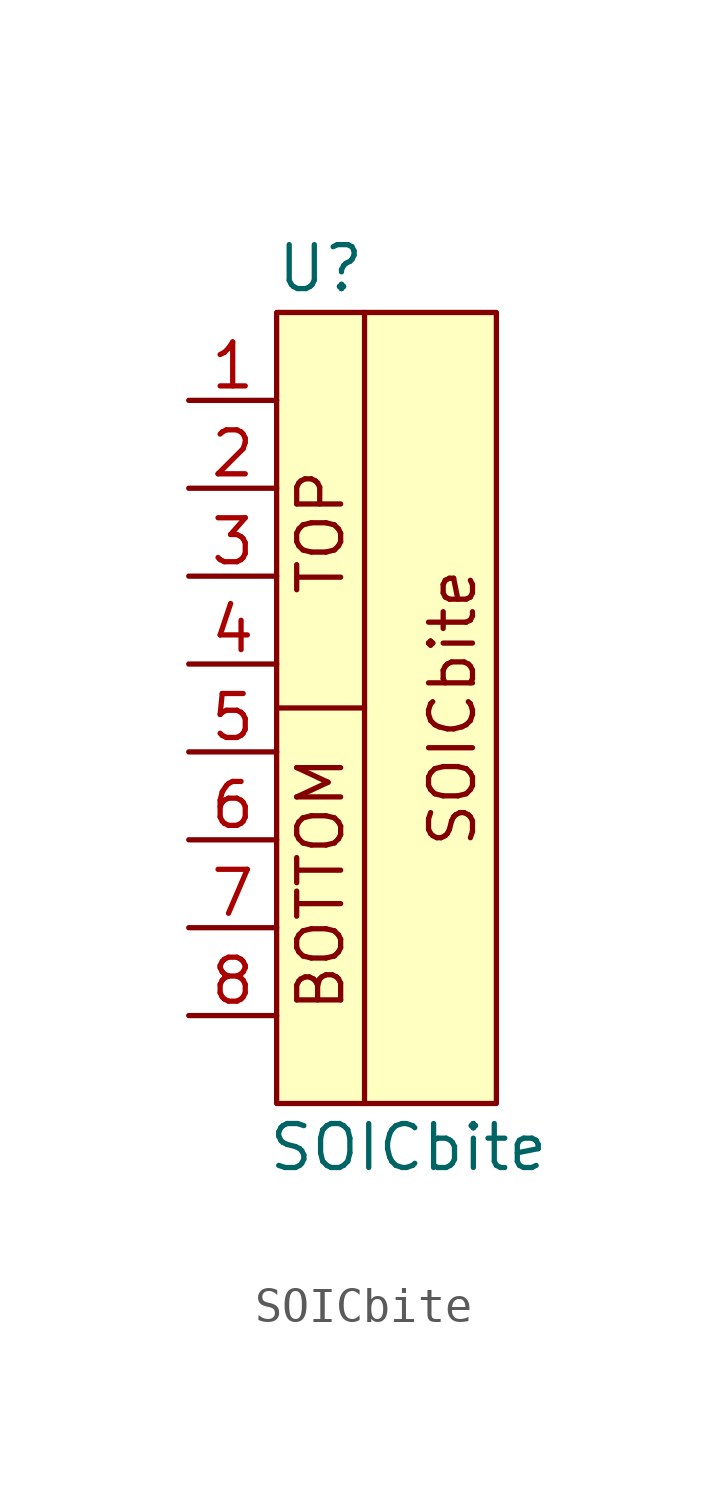
<source format=kicad_sym>
(kicad_symbol_lib
  (version 20211014)
  (generator kicad_symbol_editor)
  (symbol "SOICbite"
    (pin_names
      (offset 1.016))
    (property "Reference" "U"
      (at 1.27 1.27 0)
      (effects (font (size 1.27 1.27))))
    (property "Value" "SOICbite"
      (at 3.81 -24.13 0)
      (effects (font (size 1.27 1.27))))
    (symbol "SOICbite_0_0"
      (polyline (pts (xy 0 -11.43) (xy 2.54 -11.43)) (stroke (width 0) (type default) (color 0 0 0 0)) (fill (type none)))
      (polyline (pts (xy 2.54 0) (xy 2.54 -22.86)) (stroke (width 0) (type default) (color 0 0 0 0)) (fill (type none)))
      (text "BOTTOM" (at 1.27 -16.51 900) (effects (font (size 1.27 1.27))))
      (text "SOICbite" (at 5.08 -11.43 900) (effects (font (size 1.27 1.27))))
      (text "TOP" (at 1.27 -6.35 900) (effects (font (size 1.27 1.27)))))
    (symbol "SOICbite_1_1"
      (rectangle (start 0 0) (end 6.35 -22.86) (stroke (width 0) (type default) (color 0 0 0 0)) (fill (type background)))
      (pin passive line (at -2.54 -2.54 0) (length 2.54) (name "~" (effects (font (size 1.27 1.27)))) (number "1" (effects (font (size 1.27 1.27)))))
      (pin passive line (at -2.54 -5.08 0) (length 2.54) (name "~" (effects (font (size 1.27 1.27)))) (number "2" (effects (font (size 1.27 1.27)))))
      (pin passive line (at -2.54 -7.62 0) (length 2.54) (name "~" (effects (font (size 1.27 1.27)))) (number "3" (effects (font (size 1.27 1.27)))))
      (pin passive line (at -2.54 -10.16 0) (length 2.54) (name "~" (effects (font (size 1.27 1.27)))) (number "4" (effects (font (size 1.27 1.27)))))
      (pin passive line (at -2.54 -12.7 0) (length 2.54) (name "~" (effects (font (size 1.27 1.27)))) (number "5" (effects (font (size 1.27 1.27)))))
      (pin passive line (at -2.54 -15.24 0) (length 2.54) (name "~" (effects (font (size 1.27 1.27)))) (number "6" (effects (font (size 1.27 1.27)))))
      (pin passive line (at -2.54 -17.78 0) (length 2.54) (name "~" (effects (font (size 1.27 1.27)))) (number "7" (effects (font (size 1.27 1.27)))))
      (pin passive line (at -2.54 -20.32 0) (length 2.54) (name "~" (effects (font (size 1.27 1.27)))) (number "8" (effects (font (size 1.27 1.27))))))))
</source>
